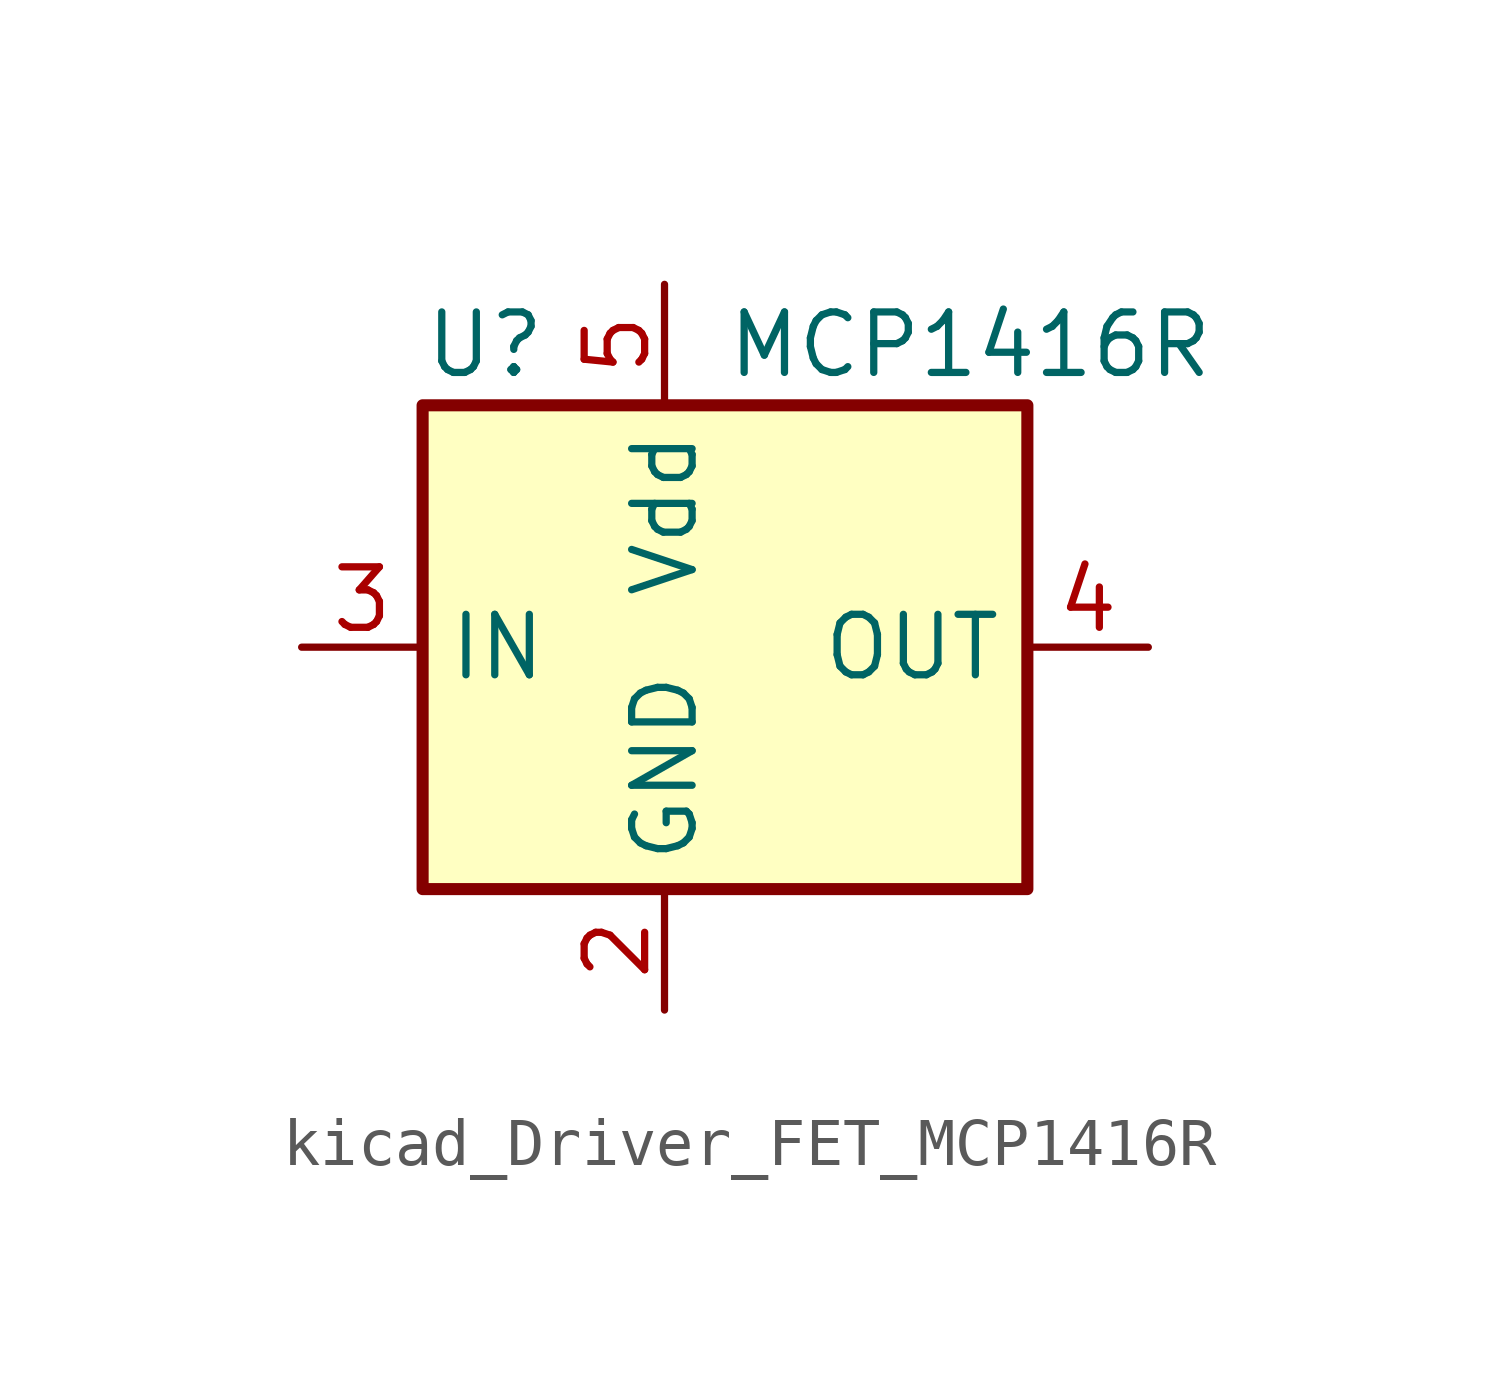
<source format=kicad_sym>
(kicad_symbol_lib
  (version 20220914)
  (generator kicad_symbol_editor)
  (symbol "kicad_Driver_FET_MCP1416R"
    (property "Reference" "U"
      (at -5.08 6.35 0)
      (effects (font (size 1.27 1.27)) (justify left)))
    (property "Value" "MCP1416R"
      (at 1.27 6.35 0)
      (effects (font (size 1.27 1.27)) (justify left)))
    (symbol "kicad_Driver_FET_MCP1416R_0_1"
      (rectangle (start -5.08 5.08) (end 7.62 -5.08) (stroke (width 0.254) (type default)) (fill (type background))))
    (symbol "kicad_Driver_FET_MCP1416R_1_1"
      (pin no_connect line (at 7.62 -2.54 180) (length 2.54) hide (name "NC" (effects (font (size 1.27 1.27)))) (number "1" (effects (font (size 1.27 1.27)))))
      (pin power_in line (at 0 -7.62 90) (length 2.54) (name "GND" (effects (font (size 1.27 1.27)))) (number "2" (effects (font (size 1.27 1.27)))))
      (pin input line (at -7.62 0 0) (length 2.54) (name "IN" (effects (font (size 1.27 1.27)))) (number "3" (effects (font (size 1.27 1.27)))))
      (pin output line (at 10.16 0 180) (length 2.54) (name "OUT" (effects (font (size 1.27 1.27)))) (number "4" (effects (font (size 1.27 1.27)))))
      (pin power_in line (at 0 7.62 270) (length 2.54) (name "Vdd" (effects (font (size 1.27 1.27)))) (number "5" (effects (font (size 1.27 1.27))))))))
</source>
